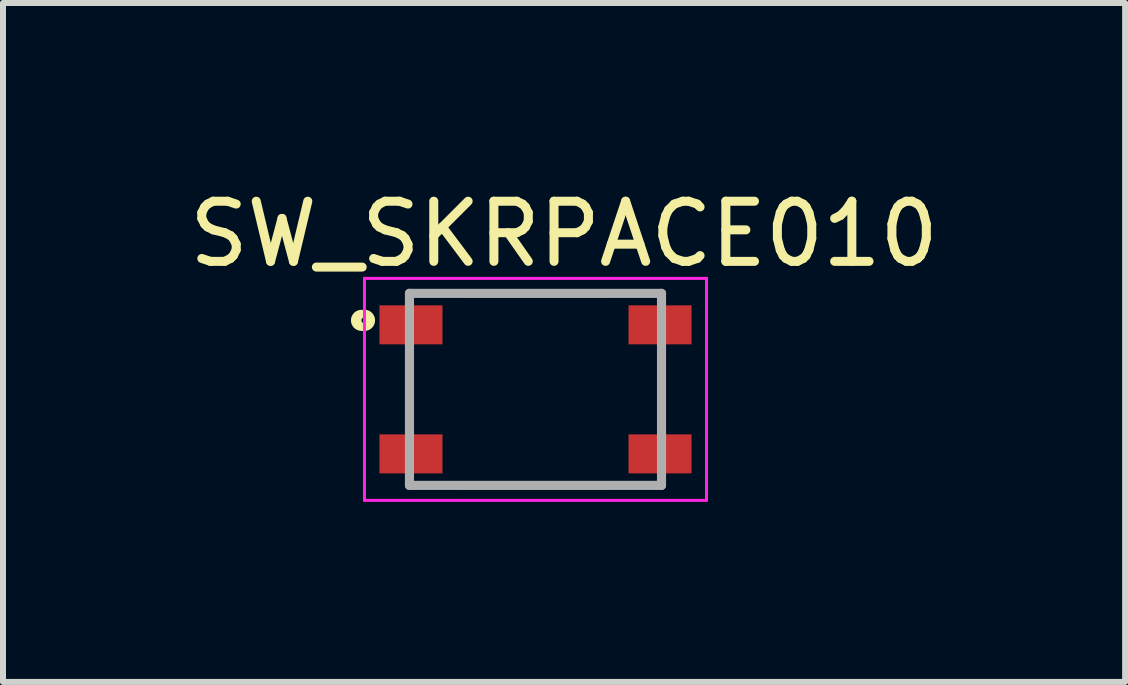
<source format=kicad_pcb>
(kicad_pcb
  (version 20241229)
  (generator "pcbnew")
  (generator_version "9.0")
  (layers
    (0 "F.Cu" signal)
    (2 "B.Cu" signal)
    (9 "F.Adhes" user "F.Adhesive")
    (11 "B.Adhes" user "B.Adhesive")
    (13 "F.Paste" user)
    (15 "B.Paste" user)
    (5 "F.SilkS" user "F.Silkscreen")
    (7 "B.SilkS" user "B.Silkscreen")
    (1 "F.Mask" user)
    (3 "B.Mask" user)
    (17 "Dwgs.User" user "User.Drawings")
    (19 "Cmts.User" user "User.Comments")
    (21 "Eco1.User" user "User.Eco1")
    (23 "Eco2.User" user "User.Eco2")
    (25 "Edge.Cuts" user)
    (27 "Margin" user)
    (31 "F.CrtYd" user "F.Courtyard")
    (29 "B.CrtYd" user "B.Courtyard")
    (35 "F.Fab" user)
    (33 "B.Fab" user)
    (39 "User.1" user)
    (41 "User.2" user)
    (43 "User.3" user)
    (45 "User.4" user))
  (footprint "SW_SKRPACE010"
    (layer "F.Cu")
    (at 5.873 3.438)
    (property "Reference" "SW_SKRPACE010" (at 0.476 -2.589 0) (layer "F.SilkS") (effects (font (size 1.002 1.002) (thickness 0.15))))
    (attr through_hole)
    (fp_line (start -2.1 -0.5) (end -2.1 0.5) (stroke (width 0.127) (type solid)) (layer "F.SilkS"))
    (fp_line (start -1.25 -1.6) (end 1.25 -1.6) (stroke (width 0.127) (type solid)) (layer "F.SilkS"))
    (fp_line (start -1.25 1.6) (end 1.25 1.6) (stroke (width 0.127) (type solid)) (layer "F.SilkS"))
    (fp_line (start 2.1 -0.5) (end 2.1 0.5) (stroke (width 0.127) (type solid)) (layer "F.SilkS"))
    (fp_circle (center -2.9 -1.15) (end -2.788 -1.15) (stroke (width 0.127) (type solid)) (fill no) (layer "F.SilkS"))
    (fp_circle (center -2.85 -1.15) (end -2.8 -1.15) (stroke (width 0.127) (type solid)) (fill no) (layer "F.SilkS"))
    (fp_line (start -2.85 -1.85) (end 2.85 -1.85) (stroke (width 0.05) (type solid)) (layer "F.CrtYd"))
    (fp_line (start -2.85 1.85) (end -2.85 -1.85) (stroke (width 0.05) (type solid)) (layer "F.CrtYd"))
    (fp_line (start 2.85 -1.85) (end 2.85 1.85) (stroke (width 0.05) (type solid)) (layer "F.CrtYd"))
    (fp_line (start 2.85 1.85) (end -2.85 1.85) (stroke (width 0.05) (type solid)) (layer "F.CrtYd"))
    (fp_line (start -2.1 -1.6) (end 2.1 -1.6) (stroke (width 0.152) (type solid)) (layer "F.Fab"))
    (fp_line (start -2.1 1.6) (end -2.1 -1.6) (stroke (width 0.152) (type solid)) (layer "F.Fab"))
    (fp_line (start 2.1 -1.6) (end 2.1 1.6) (stroke (width 0.152) (type solid)) (layer "F.Fab"))
    (fp_line (start 2.1 1.6) (end -2.1 1.6) (stroke (width 0.152) (type solid)) (layer "F.Fab"))
    (pad "1" smd rect (at -2.075 -1.075) (size 1.05 0.65) (layers "F.Cu" "F.Mask" "F.Paste"))
    (pad "2" smd rect (at 2.075 -1.075) (size 1.05 0.65) (layers "F.Cu" "F.Mask" "F.Paste"))
    (pad "3" smd rect (at -2.075 1.075) (size 1.05 0.65) (layers "F.Cu" "F.Mask" "F.Paste"))
    (pad "4" smd rect (at 2.075 1.075) (size 1.05 0.65) (layers "F.Cu" "F.Mask" "F.Paste")))
  (gr_rect
    (start -3 -3)
    (end 15.698 8.313)
    (stroke (width 0.1) (type default))
    (fill no)
    (layer "Edge.Cuts")))
</source>
